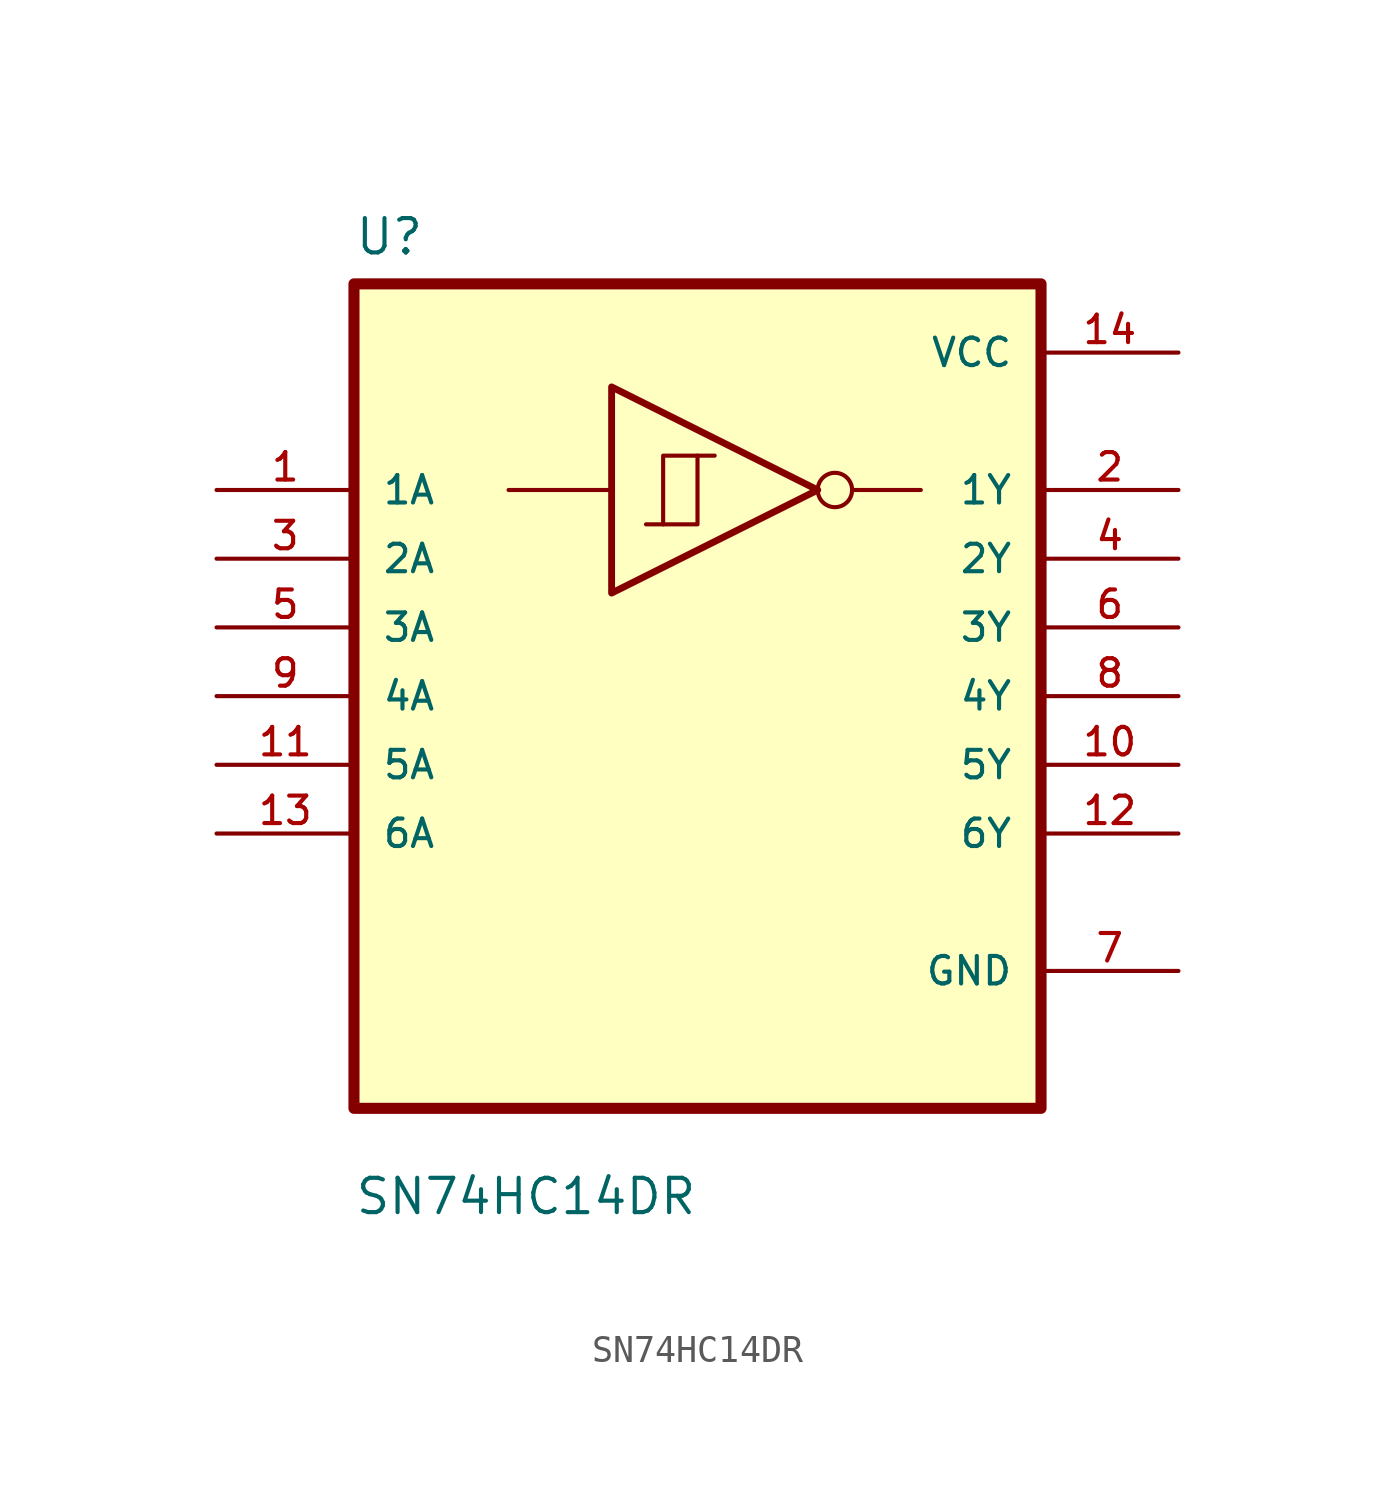
<source format=kicad_sym>
(kicad_symbol_lib
  (version 20241209)
  (generator "kicad_symbol_editor")
  (generator_version "9.0")
  (symbol "SN74HC14DR"
    (pin_names
      (offset 1.016))
    (property "Reference" "U"
      (at -12.7 16.24 0)
      (effects (font (size 1.27 1.27)) (justify left bottom)))
    (property "Value" "SN74HC14DR"
      (at -12.7 -19.24 0)
      (effects (font (size 1.27 1.27)) (justify left bottom)))
    (symbol "SN74HC14DR_0_0"
      (rectangle (start -12.7 15.24) (end 12.7 -15.24) (stroke (width 0.41) (type default)) (fill (type background)))
      (pin input line (at -17.78 7.62 0) (length 5.08) (name "1A" (effects (font (size 1.016 1.016)))) (number "1" (effects (font (size 1.016 1.016)))))
      (pin input line (at -17.78 5.08 0) (length 5.08) (name "2A" (effects (font (size 1.016 1.016)))) (number "3" (effects (font (size 1.016 1.016)))))
      (pin input line (at -17.78 2.54 0) (length 5.08) (name "3A" (effects (font (size 1.016 1.016)))) (number "5" (effects (font (size 1.016 1.016)))))
      (pin input line (at -17.78 0 0) (length 5.08) (name "4A" (effects (font (size 1.016 1.016)))) (number "9" (effects (font (size 1.016 1.016)))))
      (pin input line (at -17.78 -2.54 0) (length 5.08) (name "5A" (effects (font (size 1.016 1.016)))) (number "11" (effects (font (size 1.016 1.016)))))
      (pin input line (at -17.78 -5.08 0) (length 5.08) (name "6A" (effects (font (size 1.016 1.016)))) (number "13" (effects (font (size 1.016 1.016)))))
      (pin power_in line (at 17.78 12.7 180) (length 5.08) (name "VCC" (effects (font (size 1.016 1.016)))) (number "14" (effects (font (size 1.016 1.016)))))
      (pin output line (at 17.78 7.62 180) (length 5.08) (name "1Y" (effects (font (size 1.016 1.016)))) (number "2" (effects (font (size 1.016 1.016)))))
      (pin output line (at 17.78 5.08 180) (length 5.08) (name "2Y" (effects (font (size 1.016 1.016)))) (number "4" (effects (font (size 1.016 1.016)))))
      (pin output line (at 17.78 2.54 180) (length 5.08) (name "3Y" (effects (font (size 1.016 1.016)))) (number "6" (effects (font (size 1.016 1.016)))))
      (pin output line (at 17.78 0 180) (length 5.08) (name "4Y" (effects (font (size 1.016 1.016)))) (number "8" (effects (font (size 1.016 1.016)))))
      (pin output line (at 17.78 -2.54 180) (length 5.08) (name "5Y" (effects (font (size 1.016 1.016)))) (number "10" (effects (font (size 1.016 1.016)))))
      (pin output line (at 17.78 -5.08 180) (length 5.08) (name "6Y" (effects (font (size 1.016 1.016)))) (number "12" (effects (font (size 1.016 1.016)))))
      (pin power_in line (at 17.78 -10.16 180) (length 5.08) (name "GND" (effects (font (size 1.016 1.016)))) (number "7" (effects (font (size 1.016 1.016))))))
    (symbol "SN74HC14DR_0_1"
      (polyline (pts (xy -3.175 7.62) (xy -6.985 7.62)) (stroke (width 0) (type default)) (fill (type none)))
      (circle (center 5.08 7.62) (radius 0.635) (stroke (width 0) (type default)) (fill (type none)))
      (polyline (pts (xy 5.715 7.62) (xy 8.255 7.62)) (stroke (width 0) (type default)) (fill (type none))))
    (symbol "SN74HC14DR_1_0"
      (polyline (pts (xy -3.175 11.43) (xy -3.175 3.81) (xy 4.445 7.62) (xy -3.175 11.43)) (stroke (width 0.254) (type default)) (fill (type background))))
    (symbol "SN74HC14DR_1_1"
      (polyline (pts (xy -1.905 6.35) (xy 0 6.35) (xy 0 8.89) (xy 0.635 8.89)) (stroke (width 0) (type default)) (fill (type none)))
      (polyline (pts (xy -1.27 6.35) (xy -1.27 8.89) (xy 0 8.89)) (stroke (width 0) (type default)) (fill (type none))))))
</source>
